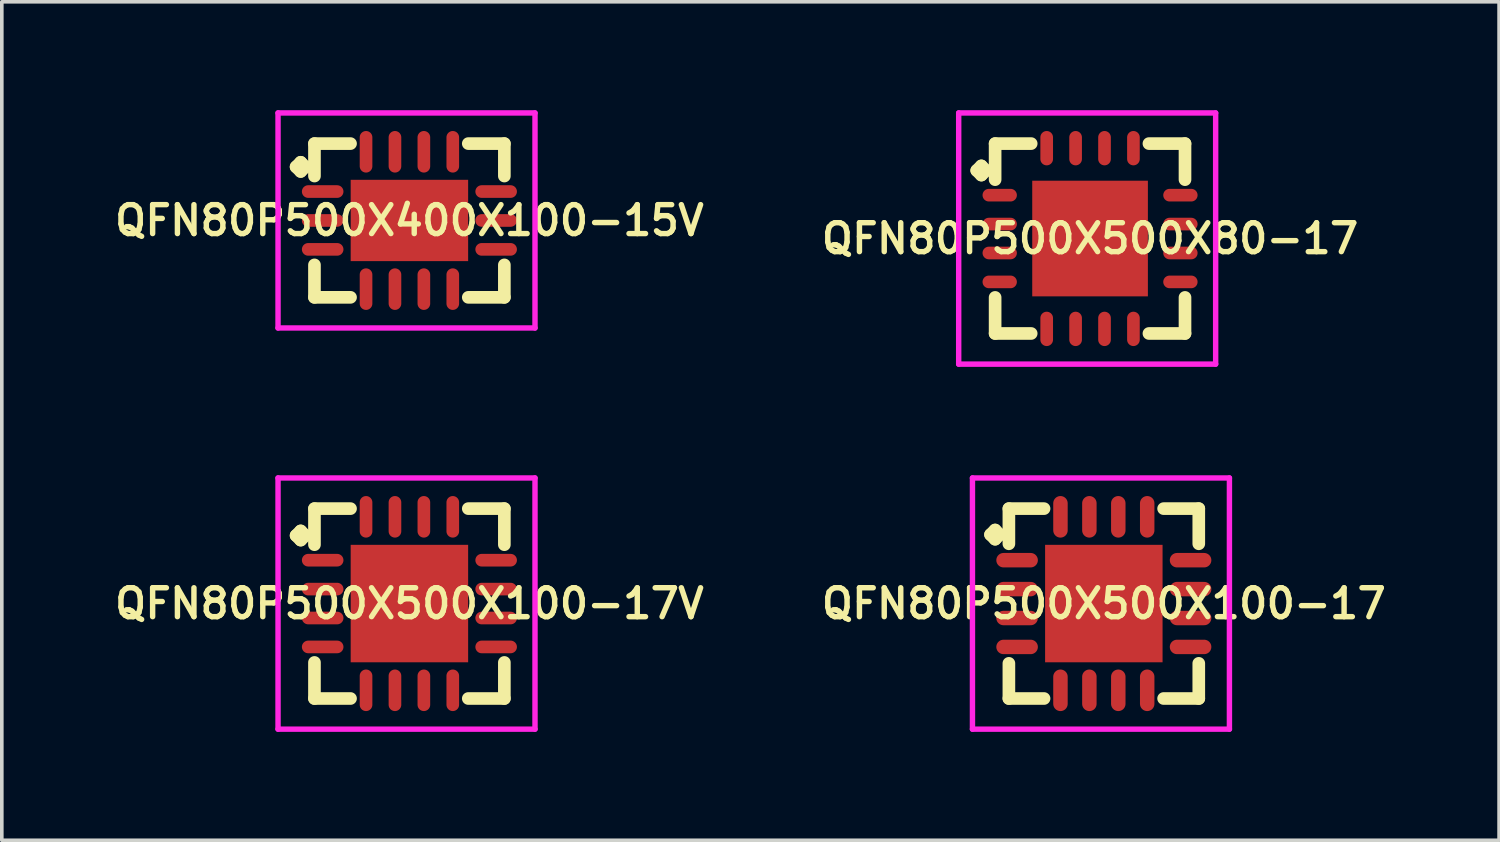
<source format=kicad_pcb>
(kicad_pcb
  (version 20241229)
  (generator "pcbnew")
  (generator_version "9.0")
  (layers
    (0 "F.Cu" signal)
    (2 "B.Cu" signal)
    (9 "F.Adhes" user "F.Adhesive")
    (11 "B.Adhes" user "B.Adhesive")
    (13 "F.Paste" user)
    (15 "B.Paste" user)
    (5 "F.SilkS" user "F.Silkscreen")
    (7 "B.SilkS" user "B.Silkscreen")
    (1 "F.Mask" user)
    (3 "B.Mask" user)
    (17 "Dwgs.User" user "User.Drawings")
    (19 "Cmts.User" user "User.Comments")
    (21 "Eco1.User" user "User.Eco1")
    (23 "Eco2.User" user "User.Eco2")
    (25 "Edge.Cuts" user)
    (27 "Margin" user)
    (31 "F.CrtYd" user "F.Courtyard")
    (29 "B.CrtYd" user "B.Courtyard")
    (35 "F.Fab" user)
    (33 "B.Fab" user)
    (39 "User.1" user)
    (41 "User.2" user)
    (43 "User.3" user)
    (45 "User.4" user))
  (footprint "QFN80P500X500X100-17"
    (layer "F.Cu")
    (at 27.492 13.65)
    (property "Reference" "QFN80P500X500X100-17" (at 0 0 0) (layer "F.SilkS") (effects (font (size 0.8 0.8) (thickness 0.15))))
    (attr smd)
    (fp_line (start -3.135 -1.908) (end -3.008 -2.035) (stroke (width 0.35) (type solid)) (layer "F.SilkS"))
    (fp_line (start -3.008 -2.035) (end -2.881 -1.908) (stroke (width 0.35) (type solid)) (layer "F.SilkS"))
    (fp_line (start -3.008 -1.781) (end -3.135 -1.908) (stroke (width 0.35) (type solid)) (layer "F.SilkS"))
    (fp_line (start -2.881 -1.908) (end -3.008 -1.781) (stroke (width 0.35) (type solid)) (layer "F.SilkS"))
    (fp_line (start -2.627 -2.627) (end -1.654 -2.627) (stroke (width 0.35) (type solid)) (layer "F.SilkS"))
    (fp_line (start -2.627 -1.654) (end -2.627 -2.627) (stroke (width 0.35) (type solid)) (layer "F.SilkS"))
    (fp_line (start -2.627 1.654) (end -2.627 2.627) (stroke (width 0.35) (type solid)) (layer "F.SilkS"))
    (fp_line (start -2.627 2.627) (end -1.654 2.627) (stroke (width 0.35) (type solid)) (layer "F.SilkS"))
    (fp_line (start 1.654 -2.627) (end 2.627 -2.627) (stroke (width 0.35) (type solid)) (layer "F.SilkS"))
    (fp_line (start 1.654 2.627) (end 2.627 2.627) (stroke (width 0.35) (type solid)) (layer "F.SilkS"))
    (fp_line (start 2.627 -2.627) (end 2.627 -1.654) (stroke (width 0.35) (type solid)) (layer "F.SilkS"))
    (fp_line (start 2.627 2.627) (end 2.627 1.654) (stroke (width 0.35) (type solid)) (layer "F.SilkS"))
    (fp_line (start -3.635 -3.475) (end 3.475 -3.475) (stroke (width 0.15) (type solid)) (layer "F.CrtYd"))
    (fp_line (start -3.635 3.475) (end -3.635 -3.475) (stroke (width 0.15) (type solid)) (layer "F.CrtYd"))
    (fp_line (start 3.475 -3.475) (end 3.475 3.475) (stroke (width 0.15) (type solid)) (layer "F.CrtYd"))
    (fp_line (start 3.475 3.475) (end -3.635 3.475) (stroke (width 0.15) (type solid)) (layer "F.CrtYd"))
    (pad "1" smd oval (at -2.4 -1.2) (size 1.15 0.4) (layers "F.Cu" "F.Mask" "F.Paste"))
    (pad "2" smd oval (at -2.4 -0.4) (size 1.15 0.4) (layers "F.Cu" "F.Mask" "F.Paste"))
    (pad "3" smd oval (at -2.4 0.4) (size 1.15 0.4) (layers "F.Cu" "F.Mask" "F.Paste"))
    (pad "4" smd oval (at -2.4 1.2) (size 1.15 0.4) (layers "F.Cu" "F.Mask" "F.Paste"))
    (pad "5" smd oval (at -1.2 2.4) (size 0.4 1.15) (layers "F.Cu" "F.Mask" "F.Paste"))
    (pad "6" smd oval (at -0.4 2.4) (size 0.4 1.15) (layers "F.Cu" "F.Mask" "F.Paste"))
    (pad "7" smd oval (at 0.4 2.4) (size 0.4 1.15) (layers "F.Cu" "F.Mask" "F.Paste"))
    (pad "8" smd oval (at 1.2 2.4) (size 0.4 1.15) (layers "F.Cu" "F.Mask" "F.Paste"))
    (pad "9" smd oval (at 2.4 1.2) (size 1.15 0.4) (layers "F.Cu" "F.Mask" "F.Paste"))
    (pad "10" smd oval (at 2.4 0.4) (size 1.15 0.4) (layers "F.Cu" "F.Mask" "F.Paste"))
    (pad "11" smd oval (at 2.4 -0.4) (size 1.15 0.4) (layers "F.Cu" "F.Mask" "F.Paste"))
    (pad "12" smd oval (at 2.4 -1.2) (size 1.15 0.4) (layers "F.Cu" "F.Mask" "F.Paste"))
    (pad "13" smd oval (at 1.2 -2.4) (size 0.4 1.15) (layers "F.Cu" "F.Mask" "F.Paste"))
    (pad "14" smd oval (at 0.4 -2.4) (size 0.4 1.15) (layers "F.Cu" "F.Mask" "F.Paste"))
    (pad "15" smd oval (at -0.4 -2.4) (size 0.4 1.15) (layers "F.Cu" "F.Mask" "F.Paste"))
    (pad "16" smd oval (at -1.2 -2.4) (size 0.4 1.15) (layers "F.Cu" "F.Mask" "F.Paste"))
    (pad "17" smd rect (at 0 0) (size 3.25 3.25) (layers "F.Cu" "F.Mask" "F.Paste")))
  (footprint "QFN80P500X500X80-17"
    (layer "F.Cu")
    (at 27.111 3.55)
    (property "Reference" "QFN80P500X500X80-17" (at 0 0 0) (layer "F.SilkS") (effects (font (size 0.8 0.8) (thickness 0.15))))
    (attr smd)
    (fp_line (start -3.135 -1.883) (end -3.008 -2.01) (stroke (width 0.35) (type solid)) (layer "F.SilkS"))
    (fp_line (start -3.008 -2.01) (end -2.881 -1.883) (stroke (width 0.35) (type solid)) (layer "F.SilkS"))
    (fp_line (start -3.008 -1.756) (end -3.135 -1.883) (stroke (width 0.35) (type solid)) (layer "F.SilkS"))
    (fp_line (start -2.881 -1.883) (end -3.008 -1.756) (stroke (width 0.35) (type solid)) (layer "F.SilkS"))
    (fp_line (start -2.627 -2.627) (end -1.629 -2.627) (stroke (width 0.35) (type solid)) (layer "F.SilkS"))
    (fp_line (start -2.627 -1.629) (end -2.627 -2.627) (stroke (width 0.35) (type solid)) (layer "F.SilkS"))
    (fp_line (start -2.627 1.629) (end -2.627 2.627) (stroke (width 0.35) (type solid)) (layer "F.SilkS"))
    (fp_line (start -2.627 2.627) (end -1.629 2.627) (stroke (width 0.35) (type solid)) (layer "F.SilkS"))
    (fp_line (start 1.629 -2.627) (end 2.627 -2.627) (stroke (width 0.35) (type solid)) (layer "F.SilkS"))
    (fp_line (start 1.629 2.627) (end 2.627 2.627) (stroke (width 0.35) (type solid)) (layer "F.SilkS"))
    (fp_line (start 2.627 -2.627) (end 2.627 -1.629) (stroke (width 0.35) (type solid)) (layer "F.SilkS"))
    (fp_line (start 2.627 2.627) (end 2.627 1.629) (stroke (width 0.35) (type solid)) (layer "F.SilkS"))
    (fp_line (start -3.635 -3.475) (end 3.475 -3.475) (stroke (width 0.15) (type solid)) (layer "F.CrtYd"))
    (fp_line (start -3.635 3.475) (end -3.635 -3.475) (stroke (width 0.15) (type solid)) (layer "F.CrtYd"))
    (fp_line (start 3.475 -3.475) (end 3.475 3.475) (stroke (width 0.15) (type solid)) (layer "F.CrtYd"))
    (fp_line (start 3.475 3.475) (end -3.635 3.475) (stroke (width 0.15) (type solid)) (layer "F.CrtYd"))
    (pad "1" smd oval (at -2.5 -1.2) (size 0.95 0.35) (layers "F.Cu" "F.Mask" "F.Paste"))
    (pad "2" smd oval (at -2.5 -0.4) (size 0.95 0.35) (layers "F.Cu" "F.Mask" "F.Paste"))
    (pad "3" smd oval (at -2.5 0.4) (size 0.95 0.35) (layers "F.Cu" "F.Mask" "F.Paste"))
    (pad "4" smd oval (at -2.5 1.2) (size 0.95 0.35) (layers "F.Cu" "F.Mask" "F.Paste"))
    (pad "5" smd oval (at -1.2 2.5) (size 0.35 0.95) (layers "F.Cu" "F.Mask" "F.Paste"))
    (pad "6" smd oval (at -0.4 2.5) (size 0.35 0.95) (layers "F.Cu" "F.Mask" "F.Paste"))
    (pad "7" smd oval (at 0.4 2.5) (size 0.35 0.95) (layers "F.Cu" "F.Mask" "F.Paste"))
    (pad "8" smd oval (at 1.2 2.5) (size 0.35 0.95) (layers "F.Cu" "F.Mask" "F.Paste"))
    (pad "9" smd oval (at 2.5 1.2) (size 0.95 0.35) (layers "F.Cu" "F.Mask" "F.Paste"))
    (pad "10" smd oval (at 2.5 0.4) (size 0.95 0.35) (layers "F.Cu" "F.Mask" "F.Paste"))
    (pad "11" smd oval (at 2.5 -0.4) (size 0.95 0.35) (layers "F.Cu" "F.Mask" "F.Paste"))
    (pad "12" smd oval (at 2.5 -1.2) (size 0.95 0.35) (layers "F.Cu" "F.Mask" "F.Paste"))
    (pad "13" smd oval (at 1.2 -2.5) (size 0.35 0.95) (layers "F.Cu" "F.Mask" "F.Paste"))
    (pad "14" smd oval (at 0.4 -2.5) (size 0.35 0.95) (layers "F.Cu" "F.Mask" "F.Paste"))
    (pad "15" smd oval (at -0.4 -2.5) (size 0.35 0.95) (layers "F.Cu" "F.Mask" "F.Paste"))
    (pad "16" smd oval (at -1.2 -2.5) (size 0.35 0.95) (layers "F.Cu" "F.Mask" "F.Paste"))
    (pad "17" smd rect (at 0 0) (size 3.2 3.2) (layers "F.Cu" "F.Mask" "F.Paste")))
  (footprint "QFN80P500X400X100-15V"
    (layer "F.Cu")
    (at 8.278 3.05)
    (property "Reference" "QFN80P500X400X100-15V" (at 0 0 0) (layer "F.SilkS") (effects (font (size 0.8 0.8) (thickness 0.15))))
    (attr smd)
    (fp_line (start -3.135 -1.483) (end -3.008 -1.61) (stroke (width 0.35) (type solid)) (layer "F.SilkS"))
    (fp_line (start -3.008 -1.61) (end -2.881 -1.483) (stroke (width 0.35) (type solid)) (layer "F.SilkS"))
    (fp_line (start -3.008 -1.356) (end -3.135 -1.483) (stroke (width 0.35) (type solid)) (layer "F.SilkS"))
    (fp_line (start -2.881 -1.483) (end -3.008 -1.356) (stroke (width 0.35) (type solid)) (layer "F.SilkS"))
    (fp_line (start -2.627 -2.127) (end -1.629 -2.127) (stroke (width 0.35) (type solid)) (layer "F.SilkS"))
    (fp_line (start -2.627 -1.229) (end -2.627 -2.127) (stroke (width 0.35) (type solid)) (layer "F.SilkS"))
    (fp_line (start -2.627 1.229) (end -2.627 2.127) (stroke (width 0.35) (type solid)) (layer "F.SilkS"))
    (fp_line (start -2.627 2.127) (end -1.629 2.127) (stroke (width 0.35) (type solid)) (layer "F.SilkS"))
    (fp_line (start 1.629 -2.127) (end 2.627 -2.127) (stroke (width 0.35) (type solid)) (layer "F.SilkS"))
    (fp_line (start 1.629 2.127) (end 2.627 2.127) (stroke (width 0.35) (type solid)) (layer "F.SilkS"))
    (fp_line (start 2.627 -2.127) (end 2.627 -1.229) (stroke (width 0.35) (type solid)) (layer "F.SilkS"))
    (fp_line (start 2.627 2.127) (end 2.627 1.229) (stroke (width 0.35) (type solid)) (layer "F.SilkS"))
    (fp_line (start -3.635 -2.975) (end 3.475 -2.975) (stroke (width 0.15) (type solid)) (layer "F.CrtYd"))
    (fp_line (start -3.635 2.975) (end -3.635 -2.975) (stroke (width 0.15) (type solid)) (layer "F.CrtYd"))
    (fp_line (start 3.475 -2.975) (end 3.475 2.975) (stroke (width 0.15) (type solid)) (layer "F.CrtYd"))
    (fp_line (start 3.475 2.975) (end -3.635 2.975) (stroke (width 0.15) (type solid)) (layer "F.CrtYd"))
    (pad "1" smd oval (at -2.4 -0.8) (size 1.15 0.35) (layers "F.Cu" "F.Mask" "F.Paste"))
    (pad "2" smd oval (at -2.4 0) (size 1.15 0.35) (layers "F.Cu" "F.Mask" "F.Paste"))
    (pad "3" smd oval (at -2.4 0.8) (size 1.15 0.35) (layers "F.Cu" "F.Mask" "F.Paste"))
    (pad "4" smd oval (at -1.2 1.9) (size 0.35 1.15) (layers "F.Cu" "F.Mask" "F.Paste"))
    (pad "5" smd oval (at -0.4 1.9) (size 0.35 1.15) (layers "F.Cu" "F.Mask" "F.Paste"))
    (pad "6" smd oval (at 0.4 1.9) (size 0.35 1.15) (layers "F.Cu" "F.Mask" "F.Paste"))
    (pad "7" smd oval (at 1.2 1.9) (size 0.35 1.15) (layers "F.Cu" "F.Mask" "F.Paste"))
    (pad "8" smd oval (at 2.4 0.8) (size 1.15 0.35) (layers "F.Cu" "F.Mask" "F.Paste"))
    (pad "9" smd oval (at 2.4 0) (size 1.15 0.35) (layers "F.Cu" "F.Mask" "F.Paste"))
    (pad "10" smd oval (at 2.4 -0.8) (size 1.15 0.35) (layers "F.Cu" "F.Mask" "F.Paste"))
    (pad "11" smd oval (at 1.2 -1.9) (size 0.35 1.15) (layers "F.Cu" "F.Mask" "F.Paste"))
    (pad "12" smd oval (at 0.4 -1.9) (size 0.35 1.15) (layers "F.Cu" "F.Mask" "F.Paste"))
    (pad "13" smd oval (at -0.4 -1.9) (size 0.35 1.15) (layers "F.Cu" "F.Mask" "F.Paste"))
    (pad "14" smd oval (at -1.2 -1.9) (size 0.35 1.15) (layers "F.Cu" "F.Mask" "F.Paste"))
    (pad "15" smd rect (at 0 0) (size 3.25 2.25) (layers "F.Cu" "F.Mask" "F.Paste")))
  (footprint "QFN80P500X500X100-17V"
    (layer "F.Cu")
    (at 8.278 13.65)
    (property "Reference" "QFN80P500X500X100-17V" (at 0 0 0) (layer "F.SilkS") (effects (font (size 0.8 0.8) (thickness 0.15))))
    (attr smd)
    (fp_line (start -3.135 -1.883) (end -3.008 -2.01) (stroke (width 0.35) (type solid)) (layer "F.SilkS"))
    (fp_line (start -3.008 -2.01) (end -2.881 -1.883) (stroke (width 0.35) (type solid)) (layer "F.SilkS"))
    (fp_line (start -3.008 -1.756) (end -3.135 -1.883) (stroke (width 0.35) (type solid)) (layer "F.SilkS"))
    (fp_line (start -2.881 -1.883) (end -3.008 -1.756) (stroke (width 0.35) (type solid)) (layer "F.SilkS"))
    (fp_line (start -2.627 -2.627) (end -1.629 -2.627) (stroke (width 0.35) (type solid)) (layer "F.SilkS"))
    (fp_line (start -2.627 -1.629) (end -2.627 -2.627) (stroke (width 0.35) (type solid)) (layer "F.SilkS"))
    (fp_line (start -2.627 1.629) (end -2.627 2.627) (stroke (width 0.35) (type solid)) (layer "F.SilkS"))
    (fp_line (start -2.627 2.627) (end -1.629 2.627) (stroke (width 0.35) (type solid)) (layer "F.SilkS"))
    (fp_line (start 1.629 -2.627) (end 2.627 -2.627) (stroke (width 0.35) (type solid)) (layer "F.SilkS"))
    (fp_line (start 1.629 2.627) (end 2.627 2.627) (stroke (width 0.35) (type solid)) (layer "F.SilkS"))
    (fp_line (start 2.627 -2.627) (end 2.627 -1.629) (stroke (width 0.35) (type solid)) (layer "F.SilkS"))
    (fp_line (start 2.627 2.627) (end 2.627 1.629) (stroke (width 0.35) (type solid)) (layer "F.SilkS"))
    (fp_line (start -3.635 -3.475) (end 3.475 -3.475) (stroke (width 0.15) (type solid)) (layer "F.CrtYd"))
    (fp_line (start -3.635 3.475) (end -3.635 -3.475) (stroke (width 0.15) (type solid)) (layer "F.CrtYd"))
    (fp_line (start 3.475 -3.475) (end 3.475 3.475) (stroke (width 0.15) (type solid)) (layer "F.CrtYd"))
    (fp_line (start 3.475 3.475) (end -3.635 3.475) (stroke (width 0.15) (type solid)) (layer "F.CrtYd"))
    (pad "1" smd oval (at -2.4 -1.2) (size 1.15 0.35) (layers "F.Cu" "F.Mask" "F.Paste"))
    (pad "2" smd oval (at -2.4 -0.4) (size 1.15 0.35) (layers "F.Cu" "F.Mask" "F.Paste"))
    (pad "3" smd oval (at -2.4 0.4) (size 1.15 0.35) (layers "F.Cu" "F.Mask" "F.Paste"))
    (pad "4" smd oval (at -2.4 1.2) (size 1.15 0.35) (layers "F.Cu" "F.Mask" "F.Paste"))
    (pad "5" smd oval (at -1.2 2.4) (size 0.35 1.15) (layers "F.Cu" "F.Mask" "F.Paste"))
    (pad "6" smd oval (at -0.4 2.4) (size 0.35 1.15) (layers "F.Cu" "F.Mask" "F.Paste"))
    (pad "7" smd oval (at 0.4 2.4) (size 0.35 1.15) (layers "F.Cu" "F.Mask" "F.Paste"))
    (pad "8" smd oval (at 1.2 2.4) (size 0.35 1.15) (layers "F.Cu" "F.Mask" "F.Paste"))
    (pad "9" smd oval (at 2.4 1.2) (size 1.15 0.35) (layers "F.Cu" "F.Mask" "F.Paste"))
    (pad "10" smd oval (at 2.4 0.4) (size 1.15 0.35) (layers "F.Cu" "F.Mask" "F.Paste"))
    (pad "11" smd oval (at 2.4 -0.4) (size 1.15 0.35) (layers "F.Cu" "F.Mask" "F.Paste"))
    (pad "12" smd oval (at 2.4 -1.2) (size 1.15 0.35) (layers "F.Cu" "F.Mask" "F.Paste"))
    (pad "13" smd oval (at 1.2 -2.4) (size 0.35 1.15) (layers "F.Cu" "F.Mask" "F.Paste"))
    (pad "14" smd oval (at 0.4 -2.4) (size 0.35 1.15) (layers "F.Cu" "F.Mask" "F.Paste"))
    (pad "15" smd oval (at -0.4 -2.4) (size 0.35 1.15) (layers "F.Cu" "F.Mask" "F.Paste"))
    (pad "16" smd oval (at -1.2 -2.4) (size 0.35 1.15) (layers "F.Cu" "F.Mask" "F.Paste"))
    (pad "17" smd rect (at 0 0) (size 3.25 3.25) (layers "F.Cu" "F.Mask" "F.Paste")))
  (gr_rect
    (start -3 -3)
    (end 38.428 20.2)
    (stroke (width 0.1) (type default))
    (fill no)
    (layer "Edge.Cuts")))
</source>
